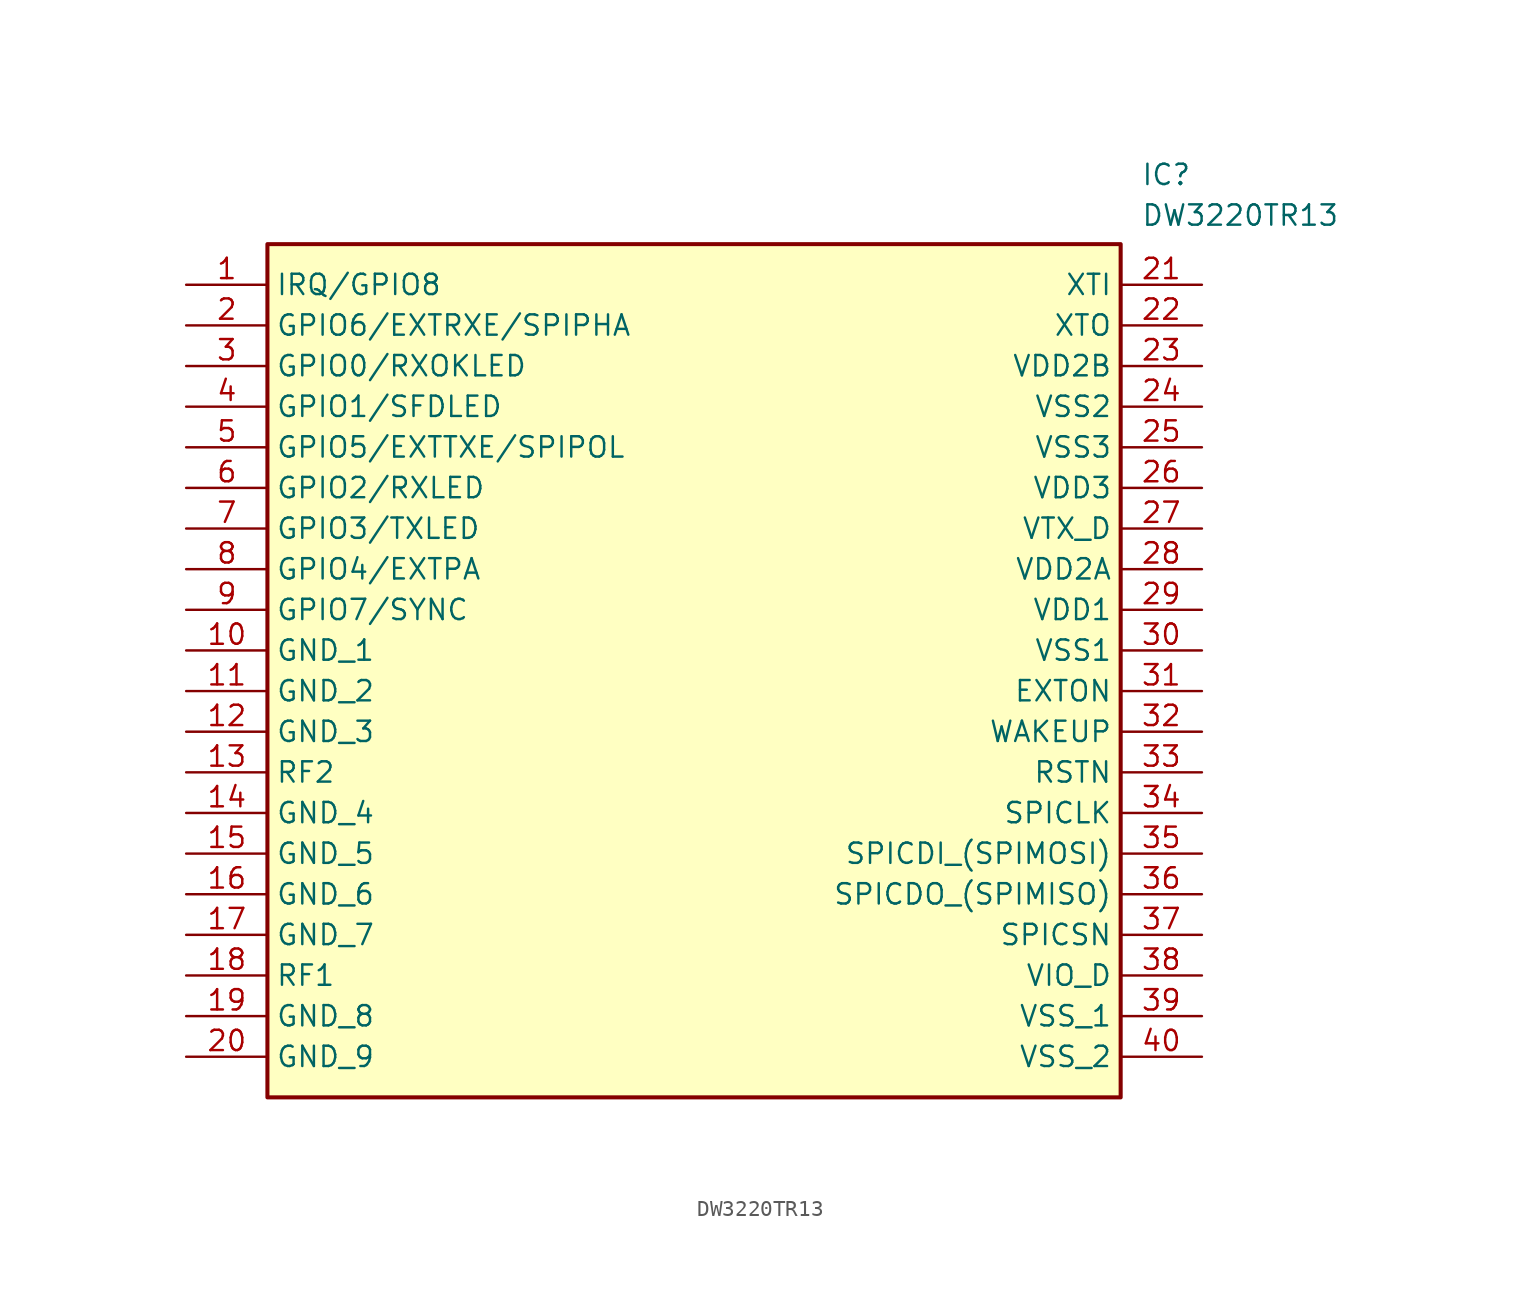
<source format=kicad_sym>
(kicad_symbol_lib
  (version 20211014)
  (generator SamacSys_ECAD_Model)
  (symbol "DW3220TR13"
    (property "Reference" "IC"
      (at 59.69 7.62 0)
      (effects (font (size 1.27 1.27)) (justify left top)))
    (property "Value" "DW3220TR13"
      (at 59.69 5.08 0)
      (effects (font (size 1.27 1.27)) (justify left top)))
    (rectangle
      (start 5.08 2.54)
      (end 58.42 -50.8)
      (stroke (width 0.254) (type default))
      (fill (type background)))
    (pin passive line
      (at 0 0 0)
      (length 5.08)
      (name "IRQ/GPIO8" (effects (font (size 1.27 1.27))))
      (number "1" (effects (font (size 1.27 1.27)))))
    (pin passive line
      (at 0 -2.54 0)
      (length 5.08)
      (name "GPIO6/EXTRXE/SPIPHA" (effects (font (size 1.27 1.27))))
      (number "2" (effects (font (size 1.27 1.27)))))
    (pin passive line
      (at 0 -5.08 0)
      (length 5.08)
      (name "GPIO0/RXOKLED" (effects (font (size 1.27 1.27))))
      (number "3" (effects (font (size 1.27 1.27)))))
    (pin passive line
      (at 0 -7.62 0)
      (length 5.08)
      (name "GPIO1/SFDLED" (effects (font (size 1.27 1.27))))
      (number "4" (effects (font (size 1.27 1.27)))))
    (pin passive line
      (at 0 -10.16 0)
      (length 5.08)
      (name "GPIO5/EXTTXE/SPIPOL" (effects (font (size 1.27 1.27))))
      (number "5" (effects (font (size 1.27 1.27)))))
    (pin passive line
      (at 0 -12.7 0)
      (length 5.08)
      (name "GPIO2/RXLED" (effects (font (size 1.27 1.27))))
      (number "6" (effects (font (size 1.27 1.27)))))
    (pin passive line
      (at 0 -15.24 0)
      (length 5.08)
      (name "GPIO3/TXLED" (effects (font (size 1.27 1.27))))
      (number "7" (effects (font (size 1.27 1.27)))))
    (pin passive line
      (at 0 -17.78 0)
      (length 5.08)
      (name "GPIO4/EXTPA" (effects (font (size 1.27 1.27))))
      (number "8" (effects (font (size 1.27 1.27)))))
    (pin passive line
      (at 0 -20.32 0)
      (length 5.08)
      (name "GPIO7/SYNC" (effects (font (size 1.27 1.27))))
      (number "9" (effects (font (size 1.27 1.27)))))
    (pin passive line
      (at 0 -22.86 0)
      (length 5.08)
      (name "GND_1" (effects (font (size 1.27 1.27))))
      (number "10" (effects (font (size 1.27 1.27)))))
    (pin passive line
      (at 0 -25.4 0)
      (length 5.08)
      (name "GND_2" (effects (font (size 1.27 1.27))))
      (number "11" (effects (font (size 1.27 1.27)))))
    (pin passive line
      (at 0 -27.94 0)
      (length 5.08)
      (name "GND_3" (effects (font (size 1.27 1.27))))
      (number "12" (effects (font (size 1.27 1.27)))))
    (pin passive line
      (at 0 -30.48 0)
      (length 5.08)
      (name "RF2" (effects (font (size 1.27 1.27))))
      (number "13" (effects (font (size 1.27 1.27)))))
    (pin passive line
      (at 0 -33.02 0)
      (length 5.08)
      (name "GND_4" (effects (font (size 1.27 1.27))))
      (number "14" (effects (font (size 1.27 1.27)))))
    (pin passive line
      (at 0 -35.56 0)
      (length 5.08)
      (name "GND_5" (effects (font (size 1.27 1.27))))
      (number "15" (effects (font (size 1.27 1.27)))))
    (pin passive line
      (at 0 -38.1 0)
      (length 5.08)
      (name "GND_6" (effects (font (size 1.27 1.27))))
      (number "16" (effects (font (size 1.27 1.27)))))
    (pin passive line
      (at 0 -40.64 0)
      (length 5.08)
      (name "GND_7" (effects (font (size 1.27 1.27))))
      (number "17" (effects (font (size 1.27 1.27)))))
    (pin passive line
      (at 0 -43.18 0)
      (length 5.08)
      (name "RF1" (effects (font (size 1.27 1.27))))
      (number "18" (effects (font (size 1.27 1.27)))))
    (pin passive line
      (at 0 -45.72 0)
      (length 5.08)
      (name "GND_8" (effects (font (size 1.27 1.27))))
      (number "19" (effects (font (size 1.27 1.27)))))
    (pin passive line
      (at 0 -48.26 0)
      (length 5.08)
      (name "GND_9" (effects (font (size 1.27 1.27))))
      (number "20" (effects (font (size 1.27 1.27)))))
    (pin passive line
      (at 63.5 0 180)
      (length 5.08)
      (name "XTI" (effects (font (size 1.27 1.27))))
      (number "21" (effects (font (size 1.27 1.27)))))
    (pin passive line
      (at 63.5 -2.54 180)
      (length 5.08)
      (name "XTO" (effects (font (size 1.27 1.27))))
      (number "22" (effects (font (size 1.27 1.27)))))
    (pin passive line
      (at 63.5 -5.08 180)
      (length 5.08)
      (name "VDD2B" (effects (font (size 1.27 1.27))))
      (number "23" (effects (font (size 1.27 1.27)))))
    (pin passive line
      (at 63.5 -7.62 180)
      (length 5.08)
      (name "VSS2" (effects (font (size 1.27 1.27))))
      (number "24" (effects (font (size 1.27 1.27)))))
    (pin passive line
      (at 63.5 -10.16 180)
      (length 5.08)
      (name "VSS3" (effects (font (size 1.27 1.27))))
      (number "25" (effects (font (size 1.27 1.27)))))
    (pin passive line
      (at 63.5 -12.7 180)
      (length 5.08)
      (name "VDD3" (effects (font (size 1.27 1.27))))
      (number "26" (effects (font (size 1.27 1.27)))))
    (pin passive line
      (at 63.5 -15.24 180)
      (length 5.08)
      (name "VTX_D" (effects (font (size 1.27 1.27))))
      (number "27" (effects (font (size 1.27 1.27)))))
    (pin passive line
      (at 63.5 -17.78 180)
      (length 5.08)
      (name "VDD2A" (effects (font (size 1.27 1.27))))
      (number "28" (effects (font (size 1.27 1.27)))))
    (pin passive line
      (at 63.5 -20.32 180)
      (length 5.08)
      (name "VDD1" (effects (font (size 1.27 1.27))))
      (number "29" (effects (font (size 1.27 1.27)))))
    (pin passive line
      (at 63.5 -22.86 180)
      (length 5.08)
      (name "VSS1" (effects (font (size 1.27 1.27))))
      (number "30" (effects (font (size 1.27 1.27)))))
    (pin passive line
      (at 63.5 -25.4 180)
      (length 5.08)
      (name "EXTON" (effects (font (size 1.27 1.27))))
      (number "31" (effects (font (size 1.27 1.27)))))
    (pin passive line
      (at 63.5 -27.94 180)
      (length 5.08)
      (name "WAKEUP" (effects (font (size 1.27 1.27))))
      (number "32" (effects (font (size 1.27 1.27)))))
    (pin passive line
      (at 63.5 -30.48 180)
      (length 5.08)
      (name "RSTN" (effects (font (size 1.27 1.27))))
      (number "33" (effects (font (size 1.27 1.27)))))
    (pin passive line
      (at 63.5 -33.02 180)
      (length 5.08)
      (name "SPICLK" (effects (font (size 1.27 1.27))))
      (number "34" (effects (font (size 1.27 1.27)))))
    (pin passive line
      (at 63.5 -35.56 180)
      (length 5.08)
      (name "SPICDI_(SPIMOSI)" (effects (font (size 1.27 1.27))))
      (number "35" (effects (font (size 1.27 1.27)))))
    (pin passive line
      (at 63.5 -38.1 180)
      (length 5.08)
      (name "SPICDO_(SPIMISO)" (effects (font (size 1.27 1.27))))
      (number "36" (effects (font (size 1.27 1.27)))))
    (pin passive line
      (at 63.5 -40.64 180)
      (length 5.08)
      (name "SPICSN" (effects (font (size 1.27 1.27))))
      (number "37" (effects (font (size 1.27 1.27)))))
    (pin passive line
      (at 63.5 -43.18 180)
      (length 5.08)
      (name "VIO_D" (effects (font (size 1.27 1.27))))
      (number "38" (effects (font (size 1.27 1.27)))))
    (pin passive line
      (at 63.5 -45.72 180)
      (length 5.08)
      (name "VSS_1" (effects (font (size 1.27 1.27))))
      (number "39" (effects (font (size 1.27 1.27)))))
    (pin passive line
      (at 63.5 -48.26 180)
      (length 5.08)
      (name "VSS_2" (effects (font (size 1.27 1.27))))
      (number "40" (effects (font (size 1.27 1.27)))))))
</source>
